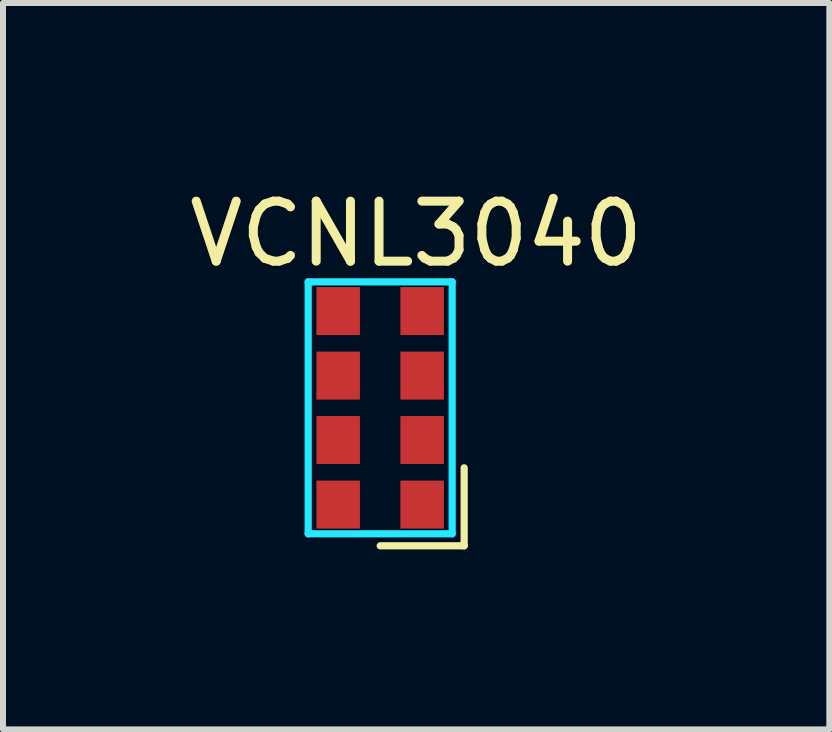
<source format=kicad_pcb>
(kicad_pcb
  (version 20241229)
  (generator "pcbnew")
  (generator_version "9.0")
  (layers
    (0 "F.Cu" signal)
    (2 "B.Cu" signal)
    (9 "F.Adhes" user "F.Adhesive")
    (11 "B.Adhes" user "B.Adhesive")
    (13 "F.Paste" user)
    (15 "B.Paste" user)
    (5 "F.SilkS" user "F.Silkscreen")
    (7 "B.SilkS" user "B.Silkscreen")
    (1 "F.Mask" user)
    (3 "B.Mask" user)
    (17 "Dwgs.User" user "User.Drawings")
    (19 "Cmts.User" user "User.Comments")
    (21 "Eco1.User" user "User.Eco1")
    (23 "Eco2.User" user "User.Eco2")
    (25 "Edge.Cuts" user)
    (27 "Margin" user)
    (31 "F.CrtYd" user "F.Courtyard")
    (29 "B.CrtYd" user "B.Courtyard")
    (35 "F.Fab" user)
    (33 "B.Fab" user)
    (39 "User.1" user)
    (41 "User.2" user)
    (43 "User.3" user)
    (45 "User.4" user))
  (footprint "VCNL3040"
    (layer "F.Cu")
    (at 3.287 3.748)
    (property "Reference" "VCNL3040" (at 0.6 -2.9 0) (layer "F.SilkS") (effects (font (size 1 1) (thickness 0.15))))
    (attr smd)
    (fp_line (start 0 2.3) (end 1.4 2.3) (stroke (width 0.12) (type solid)) (layer "F.SilkS"))
    (fp_line (start 1.4 2.3) (end 1.4 1) (stroke (width 0.12) (type solid)) (layer "F.SilkS"))
    (fp_line (start -1.2 -2.1) (end 1.2 -2.1) (stroke (width 0.12) (type solid)) (layer "B.CrtYd"))
    (fp_line (start -1.2 2.1) (end -1.2 -2.1) (stroke (width 0.12) (type solid)) (layer "B.CrtYd"))
    (fp_line (start 1.2 -2.1) (end 1.2 2.1) (stroke (width 0.12) (type solid)) (layer "B.CrtYd"))
    (fp_line (start 1.2 2.1) (end -1.2 2.1) (stroke (width 0.12) (type solid)) (layer "B.CrtYd"))
    (pad "1" smd rect (at 0.7 1.613) (size 0.725 0.8) (layers "F.Cu" "F.Mask" "F.Paste"))
    (pad "2" smd rect (at 0.7 0.537) (size 0.725 0.8) (layers "F.Cu" "F.Mask" "F.Paste"))
    (pad "3" smd rect (at 0.7 -0.537) (size 0.725 0.8) (layers "F.Cu" "F.Mask" "F.Paste"))
    (pad "4" smd rect (at 0.7 -1.613) (size 0.725 0.8) (layers "F.Cu" "F.Mask" "F.Paste"))
    (pad "5" smd rect (at -0.7 -1.613) (size 0.725 0.8) (layers "F.Cu" "F.Mask" "F.Paste"))
    (pad "6" smd rect (at -0.7 -0.537) (size 0.725 0.8) (layers "F.Cu" "F.Mask" "F.Paste"))
    (pad "7" smd rect (at -0.7 0.537) (size 0.725 0.8) (layers "F.Cu" "F.Mask" "F.Paste"))
    (pad "8" smd rect (at -0.7 1.613) (size 0.725 0.8) (layers "F.Cu" "F.Mask" "F.Paste")))
  (gr_rect
    (start -3 -3)
    (end 10.774 9.108)
    (stroke (width 0.1) (type default))
    (fill no)
    (layer "Edge.Cuts")))
</source>
